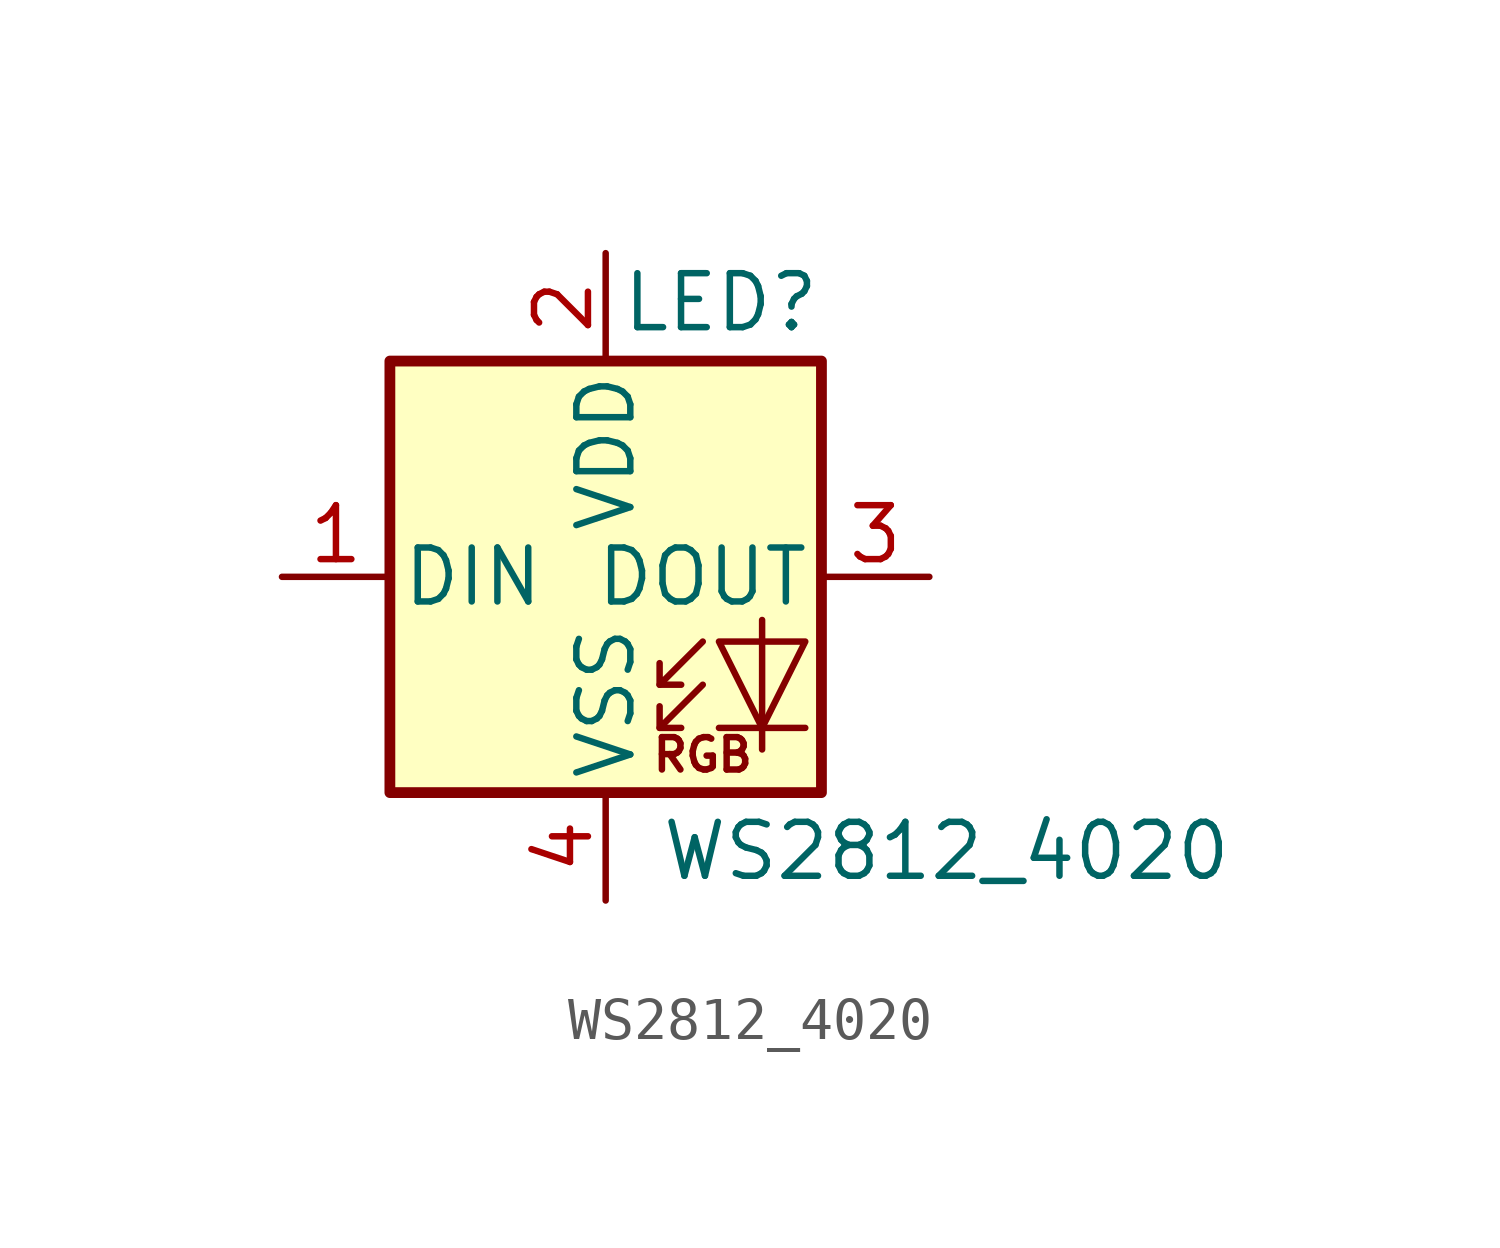
<source format=kicad_sym>
(kicad_symbol_lib
  (version 20220914)
  (generator kicad_symbol_editor)
  (symbol "WS2812_4020"
    (pin_names
      (offset 0.254))
    (property "Reference" "LED"
      (at 5.08 5.715 0)
      (effects (font (size 1.27 1.27)) (justify right bottom)))
    (property "Value" "WS2812_4020"
      (at 1.27 -5.715 0)
      (effects (font (size 1.27 1.27)) (justify left top)))
    (symbol "WS2812_4020_0_0"
      (text "RGB" (at 2.286 -4.191 0) (effects (font (size 0.762 0.762)))))
    (symbol "WS2812_4020_0_1"
      (polyline (pts (xy 1.27 -3.556) (xy 1.778 -3.556)) (stroke (width 0) (type default)) (fill (type none)))
      (polyline (pts (xy 1.27 -2.54) (xy 1.778 -2.54)) (stroke (width 0) (type default)) (fill (type none)))
      (polyline (pts (xy 4.699 -3.556) (xy 2.667 -3.556)) (stroke (width 0) (type default)) (fill (type none)))
      (polyline (pts (xy 2.286 -2.54) (xy 1.27 -3.556) (xy 1.27 -3.048)) (stroke (width 0) (type default)) (fill (type none)))
      (polyline (pts (xy 2.286 -1.524) (xy 1.27 -2.54) (xy 1.27 -2.032)) (stroke (width 0) (type default)) (fill (type none)))
      (polyline (pts (xy 3.683 -1.016) (xy 3.683 -3.556) (xy 3.683 -4.064)) (stroke (width 0) (type default)) (fill (type none)))
      (polyline (pts (xy 4.699 -1.524) (xy 2.667 -1.524) (xy 3.683 -3.556) (xy 4.699 -1.524)) (stroke (width 0) (type default)) (fill (type none)))
      (rectangle (start 5.08 5.08) (end -5.08 -5.08) (stroke (width 0.254) (type default)) (fill (type background))))
    (symbol "WS2812_4020_1_1"
      (pin input line (at -7.62 0 0) (length 2.54) (name "DIN" (effects (font (size 1.27 1.27)))) (number "1" (effects (font (size 1.27 1.27)))))
      (pin power_in line (at 0 7.62 270) (length 2.54) (name "VDD" (effects (font (size 1.27 1.27)))) (number "2" (effects (font (size 1.27 1.27)))))
      (pin output line (at 7.62 0 180) (length 2.54) (name "DOUT" (effects (font (size 1.27 1.27)))) (number "3" (effects (font (size 1.27 1.27)))))
      (pin power_in line (at 0 -7.62 90) (length 2.54) (name "VSS" (effects (font (size 1.27 1.27)))) (number "4" (effects (font (size 1.27 1.27))))))))
</source>
